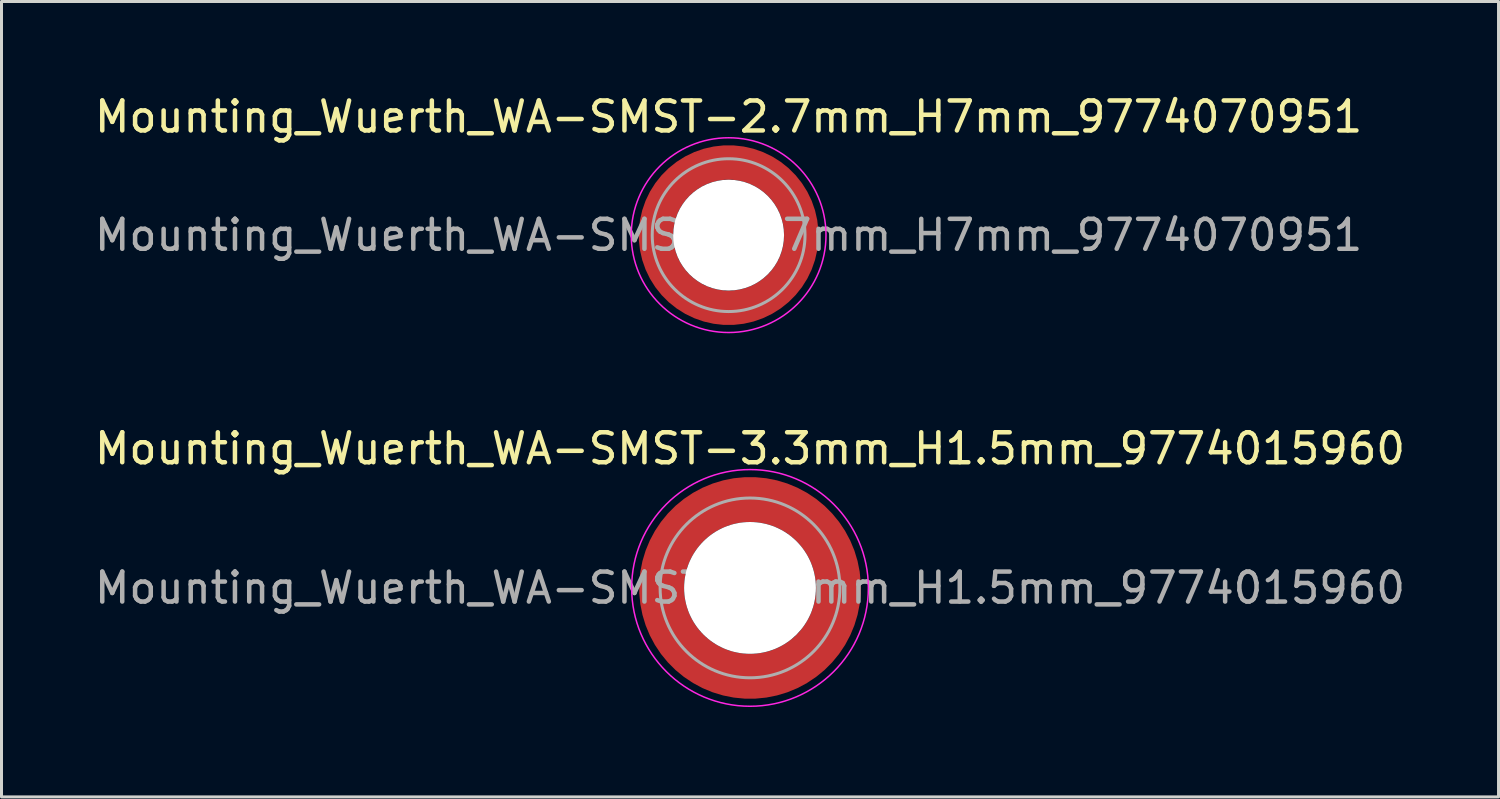
<source format=kicad_pcb>
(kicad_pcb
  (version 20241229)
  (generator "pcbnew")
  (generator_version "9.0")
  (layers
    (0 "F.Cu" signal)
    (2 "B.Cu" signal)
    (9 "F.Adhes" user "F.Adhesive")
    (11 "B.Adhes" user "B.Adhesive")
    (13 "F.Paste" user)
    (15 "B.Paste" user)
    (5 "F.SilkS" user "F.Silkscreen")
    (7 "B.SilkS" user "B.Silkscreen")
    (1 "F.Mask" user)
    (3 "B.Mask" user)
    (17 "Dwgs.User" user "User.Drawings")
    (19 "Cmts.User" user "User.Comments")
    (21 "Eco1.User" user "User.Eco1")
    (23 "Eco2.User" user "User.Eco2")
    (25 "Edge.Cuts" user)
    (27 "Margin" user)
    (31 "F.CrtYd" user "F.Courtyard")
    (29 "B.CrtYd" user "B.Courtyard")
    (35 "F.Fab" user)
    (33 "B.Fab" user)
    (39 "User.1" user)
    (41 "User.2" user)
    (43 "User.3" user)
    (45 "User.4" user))
  (footprint "Mounting_Wuerth_WA-SMST-3.3mm_H1.5mm_9774015960"
    (layer "F.Cu")
    (at 21.982 16.572)
    (property "Reference" "Mounting_Wuerth_WA-SMST-3.3mm_H1.5mm_9774015960" (at 0 -4.65 0) (layer "F.SilkS") (effects (font (size 1 1) (thickness 0.15))))
    (attr smd allow_soldermask_bridges)
    (fp_circle (center 0 0) (end 3.95 0) (stroke (width 0.05) (type solid)) (fill no) (layer "F.CrtYd"))
    (fp_circle (center 0 0) (end 3 0) (stroke (width 0.1) (type solid)) (fill no) (layer "F.Fab"))
    (fp_text user "${REFERENCE}" (at 0 0 0) (layer "F.Fab") (effects (font (size 1 1) (thickness 0.15))))
    (pad "" smd custom (at -2.058 -2.058) (size 0.55 0.55) (layers "F.Paste") (options (anchor circle)) (primitives (gr_arc (start -0.377294 1.707681) (mid 0.318198 0.318198) (end 1.707681 -0.377294) (width 0.2)) (gr_arc (start -0.478281 1.707681) (mid 0.247487 0.247487) (end 1.707681 -0.478281) (width 0.2)) (gr_arc (start -0.579192 1.707681) (mid 0.176777 0.176777) (end 1.707681 -0.579192) (width 0.2)) (gr_arc (start -0.680037 1.707681) (mid 0.106066 0.106066) (end 1.707681 -0.680037) (width 0.2)) (gr_arc (start -0.780822 1.707681) (mid 0.035355 0.035355) (end 1.707681 -0.780822) (width 0.2)) (gr_arc (start -0.881554 1.707681) (mid -0.035355 -0.035355) (end 1.707681 -0.881554) (width 0.2)) (gr_arc (start -0.982237 1.707681) (mid -0.106066 -0.106066) (end 1.707681 -0.982237) (width 0.2)) (gr_arc (start -1.082877 1.707681) (mid -0.176777 -0.176777) (end 1.707681 -1.082877) (width 0.2)) (gr_arc (start -1.183476 1.707681) (mid -0.247487 -0.247487) (end 1.707681 -1.183476) (width 0.2)) (gr_arc (start -1.28404 1.707681) (mid -0.318198 -0.318198) (end 1.707681 -1.28404) (width 0.2)) (gr_line (start 1.708 -0.377) (end 1.708 -1.284) (width 0.2)) (gr_line (start -0.377 1.708) (end -1.284 1.708) (width 0.2))))
    (pad "" smd custom (at -2.058 2.058) (size 0.55 0.55) (layers "F.Paste") (options (anchor circle)) (primitives (gr_arc (start 1.707681 0.377294) (mid 0.318198 -0.318198) (end -0.377294 -1.707681) (width 0.2)) (gr_arc (start 1.707681 0.478281) (mid 0.247487 -0.247487) (end -0.478281 -1.707681) (width 0.2)) (gr_arc (start 1.707681 0.579192) (mid 0.176777 -0.176777) (end -0.579192 -1.707681) (width 0.2)) (gr_arc (start 1.707681 0.680037) (mid 0.106066 -0.106066) (end -0.680037 -1.707681) (width 0.2)) (gr_arc (start 1.707681 0.780822) (mid 0.035355 -0.035355) (end -0.780822 -1.707681) (width 0.2)) (gr_arc (start 1.707681 0.881554) (mid -0.035355 0.035355) (end -0.881554 -1.707681) (width 0.2)) (gr_arc (start 1.707681 0.982237) (mid -0.106066 0.106066) (end -0.982237 -1.707681) (width 0.2)) (gr_arc (start 1.707681 1.082877) (mid -0.176777 0.176777) (end -1.082877 -1.707681) (width 0.2)) (gr_arc (start 1.707681 1.183476) (mid -0.247487 0.247487) (end -1.183476 -1.707681) (width 0.2)) (gr_arc (start 1.707681 1.28404) (mid -0.318198 0.318198) (end -1.28404 -1.707681) (width 0.2)) (gr_line (start -0.377 -1.708) (end -1.284 -1.708) (width 0.2)) (gr_line (start 1.708 0.377) (end 1.708 1.284) (width 0.2))))
    (pad "" np_thru_hole circle (at 0 0) (size 4.4 4.4) (drill 4.4) (layers "*.Cu" "*.Mask"))
    (pad "" smd custom (at 2.058 -2.058) (size 0.55 0.55) (layers "F.Paste") (options (anchor circle)) (primitives (gr_arc (start -1.707681 -0.377294) (mid -0.318198 0.318198) (end 0.377294 1.707681) (width 0.2)) (gr_arc (start -1.707681 -0.478281) (mid -0.247487 0.247487) (end 0.478281 1.707681) (width 0.2)) (gr_arc (start -1.707681 -0.579192) (mid -0.176777 0.176777) (end 0.579192 1.707681) (width 0.2)) (gr_arc (start -1.707681 -0.680037) (mid -0.106066 0.106066) (end 0.680037 1.707681) (width 0.2)) (gr_arc (start -1.707681 -0.780822) (mid -0.035355 0.035355) (end 0.780822 1.707681) (width 0.2)) (gr_arc (start -1.707681 -0.881554) (mid 0.035355 -0.035355) (end 0.881554 1.707681) (width 0.2)) (gr_arc (start -1.707681 -0.982237) (mid 0.106066 -0.106066) (end 0.982237 1.707681) (width 0.2)) (gr_arc (start -1.707681 -1.082877) (mid 0.176777 -0.176777) (end 1.082877 1.707681) (width 0.2)) (gr_arc (start -1.707681 -1.183476) (mid 0.247487 -0.247487) (end 1.183476 1.707681) (width 0.2)) (gr_arc (start -1.707681 -1.28404) (mid 0.318198 -0.318198) (end 1.28404 1.707681) (width 0.2)) (gr_line (start 0.377 1.708) (end 1.284 1.708) (width 0.2)) (gr_line (start -1.708 -0.377) (end -1.708 -1.284) (width 0.2))))
    (pad "" smd custom (at 2.058 2.058) (size 0.55 0.55) (layers "F.Paste") (options (anchor circle)) (primitives (gr_arc (start 0.377294 -1.707681) (mid -0.318198 -0.318198) (end -1.707681 0.377294) (width 0.2)) (gr_arc (start 0.478281 -1.707681) (mid -0.247487 -0.247487) (end -1.707681 0.478281) (width 0.2)) (gr_arc (start 0.579192 -1.707681) (mid -0.176777 -0.176777) (end -1.707681 0.579192) (width 0.2)) (gr_arc (start 0.680037 -1.707681) (mid -0.106066 -0.106066) (end -1.707681 0.680037) (width 0.2)) (gr_arc (start 0.780822 -1.707681) (mid -0.035355 -0.035355) (end -1.707681 0.780822) (width 0.2)) (gr_arc (start 0.881554 -1.707681) (mid 0.035355 0.035355) (end -1.707681 0.881554) (width 0.2)) (gr_arc (start 0.982237 -1.707681) (mid 0.106066 0.106066) (end -1.707681 0.982237) (width 0.2)) (gr_arc (start 1.082877 -1.707681) (mid 0.176777 0.176777) (end -1.707681 1.082877) (width 0.2)) (gr_arc (start 1.183476 -1.707681) (mid 0.247487 0.247487) (end -1.707681 1.183476) (width 0.2)) (gr_arc (start 1.28404 -1.707681) (mid 0.318198 0.318198) (end -1.707681 1.28404) (width 0.2)) (gr_line (start -1.708 0.377) (end -1.708 1.284) (width 0.2)) (gr_line (start 0.377 -1.708) (end 1.284 -1.708) (width 0.2))))
    (pad "1" smd circle (at -2.95 0) (size 0.992 0.992) (layers "F.Cu"))
    (pad "1" smd circle (at 0 -2.95) (size 0.992 0.992) (layers "F.Cu"))
    (pad "1" smd circle (at 0 2.95) (size 0.992 0.992) (layers "F.Cu"))
    (pad "1" smd custom (at 2.95 0) (size 1.5 1.5) (layers "F.Cu" "F.Mask") (options (anchor circle)) (primitives (gr_circle (center -2.95 0) (end 0 0) (width 1.5) (fill no)))))
  (footprint "Mounting_Wuerth_WA-SMST-2.7mm_H7mm_9774070951"
    (layer "F.Cu")
    (at 21.268 4.798)
    (property "Reference" "Mounting_Wuerth_WA-SMST-2.7mm_H7mm_9774070951" (at 0 -3.95 0) (layer "F.SilkS") (effects (font (size 1 1) (thickness 0.15))))
    (attr smd allow_soldermask_bridges)
    (fp_circle (center 0 0) (end 3.25 0) (stroke (width 0.05) (type solid)) (fill no) (layer "F.CrtYd"))
    (fp_circle (center 0 0) (end 2.55 0) (stroke (width 0.1) (type solid)) (fill no) (layer "F.Fab"))
    (fp_text user "${REFERENCE}" (at 0 0 0) (layer "F.Fab") (effects (font (size 1 1) (thickness 0.15))))
    (pad "" smd custom (at -1.704 -1.704) (size 0.51 0.51) (layers "F.Paste") (options (anchor circle)) (primitives (gr_arc (start -0.250195 1.279127) (mid 0.289914 0.289914) (end 1.279127 -0.250195) (width 0.2)) (gr_arc (start -0.34334 1.279127) (mid 0.225488 0.225488) (end 1.279127 -0.34334) (width 0.2)) (gr_arc (start -0.436309 1.279127) (mid 0.161063 0.161063) (end 1.279127 -0.436309) (width 0.2)) (gr_arc (start -0.529126 1.279127) (mid 0.096638 0.096638) (end 1.279127 -0.529126) (width 0.2)) (gr_arc (start -0.621807 1.279127) (mid 0.032213 0.032213) (end 1.279127 -0.621807) (width 0.2)) (gr_arc (start -0.71437 1.279127) (mid -0.032213 -0.032213) (end 1.279127 -0.71437) (width 0.2)) (gr_arc (start -0.806826 1.279127) (mid -0.096638 -0.096638) (end 1.279127 -0.806826) (width 0.2)) (gr_arc (start -0.899187 1.279127) (mid -0.161063 -0.161063) (end 1.279127 -0.899187) (width 0.2)) (gr_arc (start -0.991463 1.279127) (mid -0.225488 -0.225488) (end 1.279127 -0.991463) (width 0.2)) (gr_arc (start -1.083663 1.279127) (mid -0.289914 -0.289914) (end 1.279127 -1.083663) (width 0.2)) (gr_line (start 1.279 -0.25) (end 1.279 -1.084) (width 0.2)) (gr_line (start -0.25 1.279) (end -1.084 1.279) (width 0.2))))
    (pad "" smd custom (at -1.704 1.704) (size 0.51 0.51) (layers "F.Paste") (options (anchor circle)) (primitives (gr_arc (start 1.279127 0.250195) (mid 0.289914 -0.289914) (end -0.250195 -1.279127) (width 0.2)) (gr_arc (start 1.279127 0.34334) (mid 0.225488 -0.225488) (end -0.34334 -1.279127) (width 0.2)) (gr_arc (start 1.279127 0.436309) (mid 0.161063 -0.161063) (end -0.436309 -1.279127) (width 0.2)) (gr_arc (start 1.279127 0.529126) (mid 0.096638 -0.096638) (end -0.529126 -1.279127) (width 0.2)) (gr_arc (start 1.279127 0.621807) (mid 0.032213 -0.032213) (end -0.621807 -1.279127) (width 0.2)) (gr_arc (start 1.279127 0.71437) (mid -0.032213 0.032213) (end -0.71437 -1.279127) (width 0.2)) (gr_arc (start 1.279127 0.806826) (mid -0.096638 0.096638) (end -0.806826 -1.279127) (width 0.2)) (gr_arc (start 1.279127 0.899187) (mid -0.161063 0.161063) (end -0.899187 -1.279127) (width 0.2)) (gr_arc (start 1.279127 0.991463) (mid -0.225488 0.225488) (end -0.991463 -1.279127) (width 0.2)) (gr_arc (start 1.279127 1.083663) (mid -0.289914 0.289914) (end -1.083663 -1.279127) (width 0.2)) (gr_line (start -0.25 -1.279) (end -1.084 -1.279) (width 0.2)) (gr_line (start 1.279 0.25) (end 1.279 1.084) (width 0.2))))
    (pad "" np_thru_hole circle (at 0 0) (size 3.7 3.7) (drill 3.7) (layers "*.Cu" "*.Mask"))
    (pad "" smd custom (at 1.704 -1.704) (size 0.51 0.51) (layers "F.Paste") (options (anchor circle)) (primitives (gr_arc (start -1.279127 -0.250195) (mid -0.289914 0.289914) (end 0.250195 1.279127) (width 0.2)) (gr_arc (start -1.279127 -0.34334) (mid -0.225488 0.225488) (end 0.34334 1.279127) (width 0.2)) (gr_arc (start -1.279127 -0.436309) (mid -0.161063 0.161063) (end 0.436309 1.279127) (width 0.2)) (gr_arc (start -1.279127 -0.529126) (mid -0.096638 0.096638) (end 0.529126 1.279127) (width 0.2)) (gr_arc (start -1.279127 -0.621807) (mid -0.032213 0.032213) (end 0.621807 1.279127) (width 0.2)) (gr_arc (start -1.279127 -0.71437) (mid 0.032213 -0.032213) (end 0.71437 1.279127) (width 0.2)) (gr_arc (start -1.279127 -0.806826) (mid 0.096638 -0.096638) (end 0.806826 1.279127) (width 0.2)) (gr_arc (start -1.279127 -0.899187) (mid 0.161063 -0.161063) (end 0.899187 1.279127) (width 0.2)) (gr_arc (start -1.279127 -0.991463) (mid 0.225488 -0.225488) (end 0.991463 1.279127) (width 0.2)) (gr_arc (start -1.279127 -1.083663) (mid 0.289914 -0.289914) (end 1.083663 1.279127) (width 0.2)) (gr_line (start 0.25 1.279) (end 1.084 1.279) (width 0.2)) (gr_line (start -1.279 -0.25) (end -1.279 -1.084) (width 0.2))))
    (pad "" smd custom (at 1.704 1.704) (size 0.51 0.51) (layers "F.Paste") (options (anchor circle)) (primitives (gr_arc (start 0.250195 -1.279127) (mid -0.289914 -0.289914) (end -1.279127 0.250195) (width 0.2)) (gr_arc (start 0.34334 -1.279127) (mid -0.225488 -0.225488) (end -1.279127 0.34334) (width 0.2)) (gr_arc (start 0.436309 -1.279127) (mid -0.161063 -0.161063) (end -1.279127 0.436309) (width 0.2)) (gr_arc (start 0.529126 -1.279127) (mid -0.096638 -0.096638) (end -1.279127 0.529126) (width 0.2)) (gr_arc (start 0.621807 -1.279127) (mid -0.032213 -0.032213) (end -1.279127 0.621807) (width 0.2)) (gr_arc (start 0.71437 -1.279127) (mid 0.032213 0.032213) (end -1.279127 0.71437) (width 0.2)) (gr_arc (start 0.806826 -1.279127) (mid 0.096638 0.096638) (end -1.279127 0.806826) (width 0.2)) (gr_arc (start 0.899187 -1.279127) (mid 0.161063 0.161063) (end -1.279127 0.899187) (width 0.2)) (gr_arc (start 0.991463 -1.279127) (mid 0.225488 0.225488) (end -1.279127 0.991463) (width 0.2)) (gr_arc (start 1.083663 -1.279127) (mid 0.289914 0.289914) (end -1.279127 1.083663) (width 0.2)) (gr_line (start -1.279 0.25) (end -1.279 1.084) (width 0.2)) (gr_line (start 0.25 -1.279) (end 1.084 -1.279) (width 0.2))))
    (pad "1" smd circle (at -2.425 0) (size 0.642 0.642) (layers "F.Cu"))
    (pad "1" smd circle (at 0 -2.425) (size 0.642 0.642) (layers "F.Cu"))
    (pad "1" smd circle (at 0 2.425) (size 0.642 0.642) (layers "F.Cu"))
    (pad "1" smd custom (at 2.425 0) (size 1.15 1.15) (layers "F.Cu" "F.Mask") (options (anchor circle)) (primitives (gr_circle (center -2.425 0) (end 0 0) (width 1.15) (fill no)))))
  (gr_rect
    (start -3 -3)
    (end 46.964 23.547)
    (stroke (width 0.1) (type default))
    (fill no)
    (layer "Edge.Cuts")))
</source>
